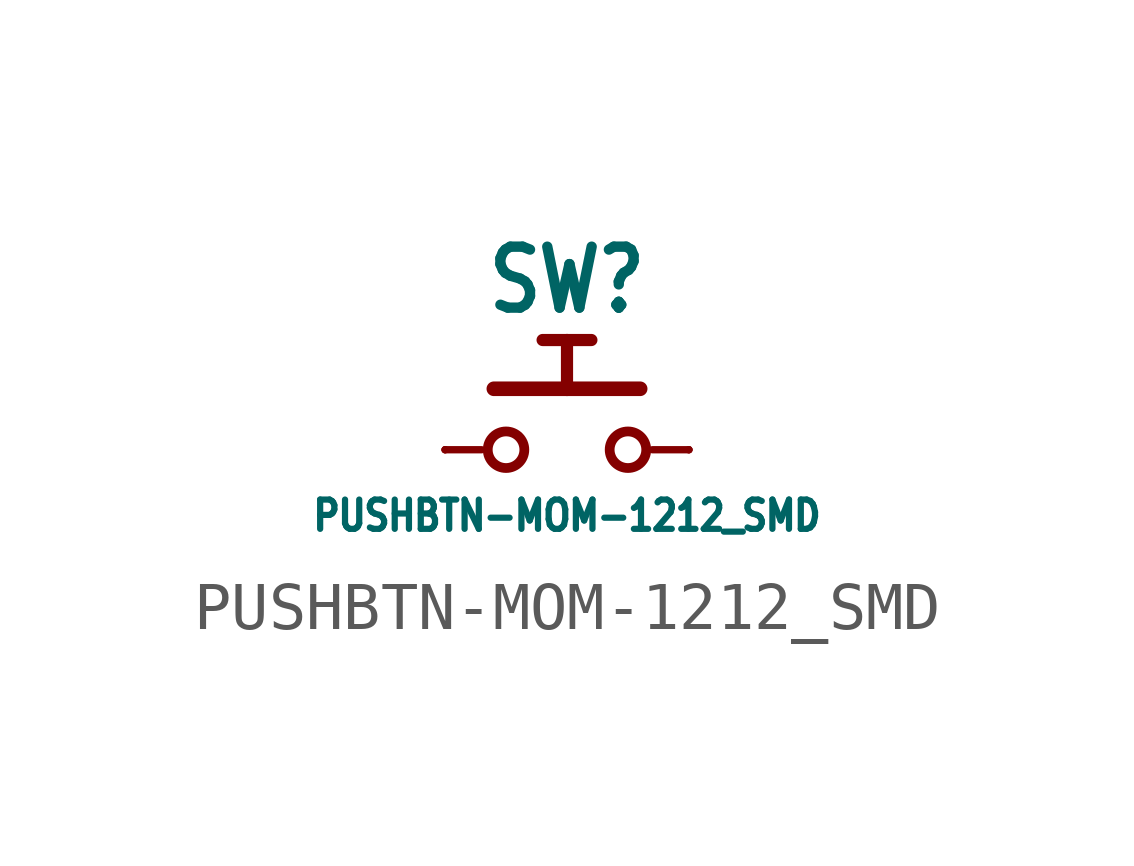
<source format=kicad_sym>
(kicad_symbol_lib
  (version 20211014)
  (generator kicad_symbol_editor)
  (symbol "PUSHBTN-MOM-1212_SMD"
    (property "Reference" "SW"
      (at 0 2.794 0)
      (effects (font (size 1.27 1.079) bold) (justify bottom)))
    (property "Value" "PUSHBTN-MOM-1212_SMD"
      (at 0 -1.016 0)
      (effects (font (size 0.61 0.518)) (justify top)))
    (property "ki_locked" ""
      (at 0 0 0)
      (effects (font (size 1.27 1.27))))
    (symbol "PUSHBTN-MOM-1212_SMD_1_0"
      (circle (center -1.27 0) (radius 0.381) (stroke (width 0.203) (type default) (color 0 0 0 0)) (fill (type none)))
      (polyline (pts (xy -1.778 0) (xy -2.54 0)) (stroke (width 0.152) (type default) (color 0 0 0 0)) (fill (type none)))
      (polyline (pts (xy -1.524 1.27) (xy 0 1.27)) (stroke (width 0.305) (type default) (color 0 0 0 0)) (fill (type none)))
      (polyline (pts (xy 0 1.27) (xy 0 2.286)) (stroke (width 0.254) (type default) (color 0 0 0 0)) (fill (type none)))
      (polyline (pts (xy 0 1.27) (xy 1.524 1.27)) (stroke (width 0.305) (type default) (color 0 0 0 0)) (fill (type none)))
      (polyline (pts (xy 0 2.286) (xy -0.508 2.286)) (stroke (width 0.254) (type default) (color 0 0 0 0)) (fill (type none)))
      (polyline (pts (xy 0 2.286) (xy 0.508 2.286)) (stroke (width 0.254) (type default) (color 0 0 0 0)) (fill (type none)))
      (polyline (pts (xy 1.778 0) (xy 2.54 0)) (stroke (width 0.152) (type default) (color 0 0 0 0)) (fill (type none)))
      (circle (center 1.27 0) (radius 0.381) (stroke (width 0.203) (type default) (color 0 0 0 0)) (fill (type none)))
      (pin passive line (at -2.54 0 0) (length 0) (name "1" (effects (font (size 0 0)))) (number "1" (effects (font (size 0 0)))))
      (pin passive line (at 2.54 0 180) (length 0) (name "2" (effects (font (size 0 0)))) (number "2" (effects (font (size 0 0)))))
      (pin passive line (at 2.54 0 180) (length 0) (name "2" (effects (font (size 0 0)))) (number "3" (effects (font (size 0 0)))))
      (pin passive line (at -2.54 0 0) (length 0) (name "1" (effects (font (size 0 0)))) (number "4" (effects (font (size 0 0))))))))
</source>
